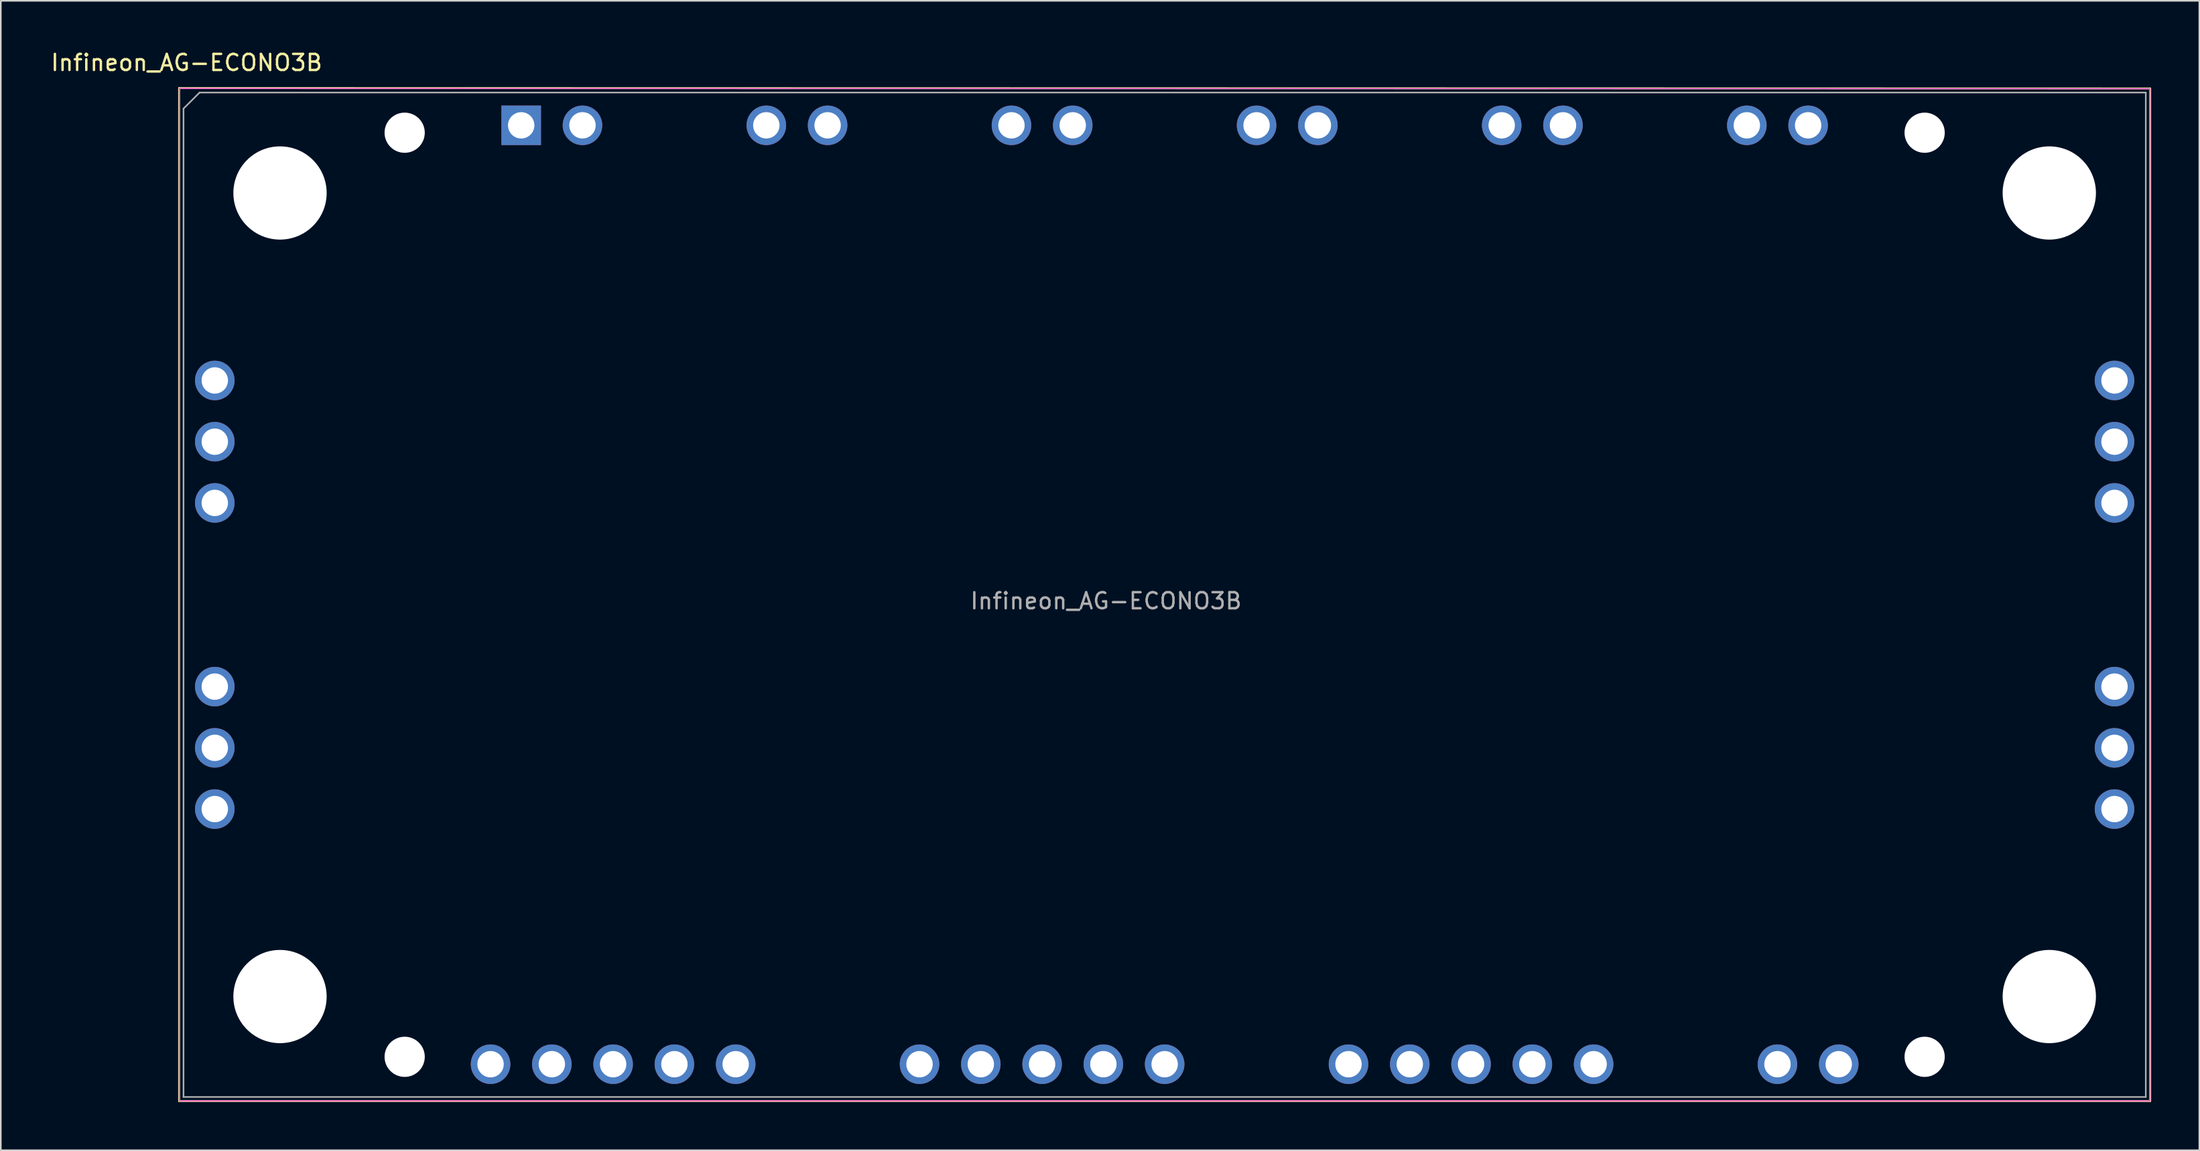
<source format=kicad_pcb>
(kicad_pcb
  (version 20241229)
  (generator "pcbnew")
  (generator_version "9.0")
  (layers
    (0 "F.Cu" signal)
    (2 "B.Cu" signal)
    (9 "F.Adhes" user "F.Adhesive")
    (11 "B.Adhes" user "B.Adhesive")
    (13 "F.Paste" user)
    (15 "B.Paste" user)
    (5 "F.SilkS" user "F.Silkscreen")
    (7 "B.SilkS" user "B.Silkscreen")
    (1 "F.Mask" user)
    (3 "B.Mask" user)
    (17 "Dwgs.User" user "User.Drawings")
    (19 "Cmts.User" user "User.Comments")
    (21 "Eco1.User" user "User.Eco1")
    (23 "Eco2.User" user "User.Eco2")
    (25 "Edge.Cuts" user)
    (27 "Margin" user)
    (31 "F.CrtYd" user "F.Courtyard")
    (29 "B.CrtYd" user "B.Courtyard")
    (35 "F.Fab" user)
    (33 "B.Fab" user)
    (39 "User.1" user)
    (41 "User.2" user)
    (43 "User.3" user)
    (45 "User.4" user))
  (footprint "Infineon_AG-ECONO3B"
    (layer "F.Cu")
    (at 29.354 4.748)
    (property "Reference" "Infineon_AG-ECONO3B" (at -20.8 -3.9 0) (layer "F.SilkS") (effects (font (size 1 1) (thickness 0.15))))
    (attr through_hole)
    (fp_line (start -21.266 -2.317) (end 101.276 -2.292) (stroke (width 0.12) (type solid)) (layer "F.SilkS"))
    (fp_line (start -21.266 60.712) (end -21.266 -2.317) (stroke (width 0.12) (type solid)) (layer "F.SilkS"))
    (fp_line (start 101.276 -2.292) (end 101.276 60.712) (stroke (width 0.12) (type solid)) (layer "F.SilkS"))
    (fp_line (start 101.276 60.712) (end -21.266 60.712) (stroke (width 0.12) (type solid)) (layer "F.SilkS"))
    (fp_line (start -21.25 -2.3) (end -21.25 60.7) (stroke (width 0.05) (type solid)) (layer "F.CrtYd"))
    (fp_line (start -21.25 -2.3) (end 101.26 -2.28) (stroke (width 0.05) (type solid)) (layer "F.CrtYd"))
    (fp_line (start -21.25 60.7) (end 101.26 60.7) (stroke (width 0.05) (type solid)) (layer "F.CrtYd"))
    (fp_line (start 101.26 60.7) (end 101.26 -2.28) (stroke (width 0.05) (type solid)) (layer "F.CrtYd"))
    (fp_line (start -20.995 60.46) (end -20.995 -1.04) (stroke (width 0.1) (type solid)) (layer "F.Fab"))
    (fp_line (start -20.995 60.46) (end 101.005 60.46) (stroke (width 0.1) (type solid)) (layer "F.Fab"))
    (fp_line (start -19.995 -2.04) (end -20.995 -1.04) (stroke (width 0.1) (type solid)) (layer "F.Fab"))
    (fp_line (start -19.995 -2.04) (end 101.005 -2.04) (stroke (width 0.1) (type solid)) (layer "F.Fab"))
    (fp_line (start 101.005 60.46) (end 101.005 -2.04) (stroke (width 0.1) (type solid)) (layer "F.Fab"))
    (fp_text user "${REFERENCE}" (at 36.362 29.595 180) (layer "F.Fab") (effects (font (size 1 1) (thickness 0.15))))
    (pad "" np_thru_hole circle (at -14.995 4.21) (size 5.8 5.8) (drill 5.8) (layers "*.Cu" "*.Mask"))
    (pad "" np_thru_hole circle (at -14.995 54.21) (size 5.8 5.8) (drill 5.8) (layers "*.Cu" "*.Mask"))
    (pad "" np_thru_hole circle (at -7.245 0.46) (size 2.5 2.5) (drill 2.5) (layers "*.Cu" "*.Mask"))
    (pad "" np_thru_hole circle (at -7.245 57.96) (size 2.5 2.5) (drill 2.5) (layers "*.Cu" "*.Mask"))
    (pad "" np_thru_hole circle (at 87.255 0.46) (size 2.5 2.5) (drill 2.5) (layers "*.Cu" "*.Mask"))
    (pad "" np_thru_hole circle (at 87.255 57.96) (size 2.5 2.5) (drill 2.5) (layers "*.Cu" "*.Mask"))
    (pad "" np_thru_hole circle (at 95.005 4.21) (size 5.8 5.8) (drill 5.8) (layers "*.Cu" "*.Mask"))
    (pad "" np_thru_hole circle (at 95.005 54.21) (size 5.8 5.8) (drill 5.8) (layers "*.Cu" "*.Mask"))
    (pad "1" thru_hole rect (at 0 0) (size 2.46 2.46) (drill 1.64) (layers "*.Cu" "*.Mask"))
    (pad "2" thru_hole circle (at 3.81 0) (size 2.46 2.46) (drill 1.64) (layers "*.Cu" "*.Mask"))
    (pad "3" thru_hole circle (at 15.24 0) (size 2.46 2.46) (drill 1.64) (layers "*.Cu" "*.Mask"))
    (pad "4" thru_hole circle (at 19.05 0) (size 2.46 2.46) (drill 1.64) (layers "*.Cu" "*.Mask"))
    (pad "5" thru_hole circle (at 30.48 0) (size 2.46 2.46) (drill 1.64) (layers "*.Cu" "*.Mask"))
    (pad "6" thru_hole circle (at 34.29 0) (size 2.46 2.46) (drill 1.64) (layers "*.Cu" "*.Mask"))
    (pad "7" thru_hole circle (at 45.72 0) (size 2.46 2.46) (drill 1.64) (layers "*.Cu" "*.Mask"))
    (pad "8" thru_hole circle (at 49.53 0) (size 2.46 2.46) (drill 1.64) (layers "*.Cu" "*.Mask"))
    (pad "9" thru_hole circle (at 60.96 0) (size 2.46 2.46) (drill 1.64) (layers "*.Cu" "*.Mask"))
    (pad "10" thru_hole circle (at 64.77 0) (size 2.46 2.46) (drill 1.64) (layers "*.Cu" "*.Mask"))
    (pad "11" thru_hole circle (at 76.2 0) (size 2.46 2.46) (drill 1.64) (layers "*.Cu" "*.Mask"))
    (pad "12" thru_hole circle (at 80.01 0) (size 2.46 2.46) (drill 1.64) (layers "*.Cu" "*.Mask"))
    (pad "13" thru_hole circle (at 99.06 15.875) (size 2.46 2.46) (drill 1.64) (layers "*.Cu" "*.Mask"))
    (pad "14" thru_hole circle (at 99.06 19.685) (size 2.46 2.46) (drill 1.64) (layers "*.Cu" "*.Mask"))
    (pad "15" thru_hole circle (at 99.06 23.495) (size 2.46 2.46) (drill 1.64) (layers "*.Cu" "*.Mask"))
    (pad "16" thru_hole circle (at 99.06 34.925) (size 2.46 2.46) (drill 1.64) (layers "*.Cu" "*.Mask"))
    (pad "17" thru_hole circle (at 99.06 38.735) (size 2.46 2.46) (drill 1.64) (layers "*.Cu" "*.Mask"))
    (pad "18" thru_hole circle (at 99.06 42.545) (size 2.46 2.46) (drill 1.64) (layers "*.Cu" "*.Mask"))
    (pad "19" thru_hole circle (at 81.915 58.42) (size 2.46 2.46) (drill 1.64) (layers "*.Cu" "*.Mask"))
    (pad "20" thru_hole circle (at 78.105 58.42) (size 2.46 2.46) (drill 1.64) (layers "*.Cu" "*.Mask"))
    (pad "21" thru_hole circle (at 66.675 58.42) (size 2.46 2.46) (drill 1.64) (layers "*.Cu" "*.Mask"))
    (pad "22" thru_hole circle (at 62.865 58.42) (size 2.46 2.46) (drill 1.64) (layers "*.Cu" "*.Mask"))
    (pad "23" thru_hole circle (at 59.055 58.42) (size 2.46 2.46) (drill 1.64) (layers "*.Cu" "*.Mask"))
    (pad "24" thru_hole circle (at 55.245 58.42) (size 2.46 2.46) (drill 1.64) (layers "*.Cu" "*.Mask"))
    (pad "25" thru_hole circle (at 51.435 58.42) (size 2.46 2.46) (drill 1.64) (layers "*.Cu" "*.Mask"))
    (pad "26" thru_hole circle (at 40.005 58.42) (size 2.46 2.46) (drill 1.64) (layers "*.Cu" "*.Mask"))
    (pad "27" thru_hole circle (at 36.195 58.42) (size 2.46 2.46) (drill 1.64) (layers "*.Cu" "*.Mask"))
    (pad "28" thru_hole circle (at 32.385 58.42) (size 2.46 2.46) (drill 1.64) (layers "*.Cu" "*.Mask"))
    (pad "29" thru_hole circle (at 28.575 58.42) (size 2.46 2.46) (drill 1.64) (layers "*.Cu" "*.Mask"))
    (pad "30" thru_hole circle (at 24.765 58.42) (size 2.46 2.46) (drill 1.64) (layers "*.Cu" "*.Mask"))
    (pad "31" thru_hole circle (at 13.335 58.42) (size 2.46 2.46) (drill 1.64) (layers "*.Cu" "*.Mask"))
    (pad "32" thru_hole circle (at 9.525 58.42) (size 2.46 2.46) (drill 1.64) (layers "*.Cu" "*.Mask"))
    (pad "33" thru_hole circle (at 5.715 58.42) (size 2.46 2.46) (drill 1.64) (layers "*.Cu" "*.Mask"))
    (pad "34" thru_hole circle (at 1.905 58.42) (size 2.46 2.46) (drill 1.64) (layers "*.Cu" "*.Mask"))
    (pad "35" thru_hole circle (at -1.905 58.42) (size 2.46 2.46) (drill 1.64) (layers "*.Cu" "*.Mask"))
    (pad "36" thru_hole circle (at -19.05 42.545) (size 2.46 2.46) (drill 1.64) (layers "*.Cu" "*.Mask"))
    (pad "37" thru_hole circle (at -19.05 38.735) (size 2.46 2.46) (drill 1.64) (layers "*.Cu" "*.Mask"))
    (pad "38" thru_hole circle (at -19.05 34.925) (size 2.46 2.46) (drill 1.64) (layers "*.Cu" "*.Mask"))
    (pad "39" thru_hole circle (at -19.05 23.495) (size 2.46 2.46) (drill 1.64) (layers "*.Cu" "*.Mask"))
    (pad "40" thru_hole circle (at -19.05 19.685) (size 2.46 2.46) (drill 1.64) (layers "*.Cu" "*.Mask"))
    (pad "41" thru_hole circle (at -19.05 15.875) (size 2.46 2.46) (drill 1.64) (layers "*.Cu" "*.Mask"))
    (zone (net_name "") (layers "F.Cu" "B.Cu") (name "MH") (hatch full 0.508) (connect_pads) (min_thickness 0.254) (filled_areas_thickness no) (keepout (tracks not_allowed) (vias not_allowed) (pads not_allowed) (copperpour not_allowed) (footprints not_allowed)) (placement (enabled no)) (fill) (polygon (pts (xy 19.853 8.95) (xy 19.833 8.49) (xy 19.776 8.032) (xy 19.68 7.581) (xy 19.547 7.14) (xy 19.377 6.711) (xy 19.172 6.298) (xy 18.933 5.904) (xy 18.662 5.531) (xy 18.361 5.182) (xy 18.031 4.859) (xy 17.676 4.565) (xy 17.297 4.302) (xy 16.898 4.072) (xy 16.481 3.875) (xy 16.049 3.715) (xy 15.605 3.591) (xy 15.152 3.504) (xy 14.693 3.456) (xy 14.232 3.446) (xy 13.772 3.475) (xy 13.316 3.543) (xy 12.867 3.648) (xy 12.429 3.791) (xy 12.004 3.969) (xy 11.595 4.183) (xy 11.206 4.43) (xy 10.839 4.709) (xy 10.496 5.017) (xy 10.181 5.353) (xy 9.894 5.715) (xy 9.639 6.099) (xy 9.417 6.503) (xy 9.229 6.924) (xy 9.078 7.359) (xy 8.963 7.806) (xy 8.886 8.26) (xy 8.848 8.72) (xy 8.848 9.181) (xy 8.886 9.64) (xy 8.963 10.095) (xy 9.078 10.541) (xy 9.229 10.977) (xy 9.417 11.398) (xy 9.639 11.802) (xy 9.894 12.186) (xy 10.181 12.547) (xy 10.496 12.883) (xy 10.839 13.192) (xy 11.206 13.471) (xy 11.595 13.718) (xy 12.004 13.931) (xy 12.429 14.11) (xy 12.867 14.252) (xy 13.316 14.358) (xy 13.772 14.425) (xy 14.232 14.454) (xy 14.693 14.444) (xy 15.152 14.396) (xy 15.605 14.31) (xy 16.049 14.186) (xy 16.481 14.025) (xy 16.898 13.829) (xy 17.297 13.598) (xy 17.676 13.335) (xy 18.031 13.041) (xy 18.361 12.719) (xy 18.662 12.37) (xy 18.933 11.997) (xy 19.172 11.602) (xy 19.377 11.189) (xy 19.547 10.761) (xy 19.68 10.319) (xy 19.776 9.868) (xy 19.833 9.411))))
    (zone (net_name "") (layers "F.Cu" "B.Cu") (name "MH") (hatch full 0.508) (connect_pads) (min_thickness 0.254) (filled_areas_thickness no) (keepout (tracks not_allowed) (vias not_allowed) (pads not_allowed) (copperpour not_allowed) (footprints not_allowed)) (placement (enabled no)) (fill) (polygon (pts (xy 19.853 58.95) (xy 19.833 58.49) (xy 19.776 58.032) (xy 19.68 57.581) (xy 19.547 57.14) (xy 19.377 56.711) (xy 19.172 56.298) (xy 18.933 55.904) (xy 18.662 55.531) (xy 18.361 55.182) (xy 18.031 54.859) (xy 17.676 54.565) (xy 17.297 54.302) (xy 16.898 54.072) (xy 16.481 53.875) (xy 16.049 53.715) (xy 15.605 53.591) (xy 15.152 53.504) (xy 14.693 53.456) (xy 14.232 53.446) (xy 13.772 53.475) (xy 13.316 53.543) (xy 12.867 53.648) (xy 12.429 53.791) (xy 12.004 53.969) (xy 11.595 54.183) (xy 11.206 54.43) (xy 10.839 54.709) (xy 10.496 55.017) (xy 10.181 55.353) (xy 9.894 55.715) (xy 9.639 56.099) (xy 9.417 56.503) (xy 9.229 56.924) (xy 9.078 57.359) (xy 8.963 57.806) (xy 8.886 58.26) (xy 8.848 58.72) (xy 8.848 59.181) (xy 8.886 59.64) (xy 8.963 60.095) (xy 9.078 60.541) (xy 9.229 60.977) (xy 9.417 61.398) (xy 9.639 61.802) (xy 9.894 62.186) (xy 10.181 62.547) (xy 10.496 62.883) (xy 10.839 63.192) (xy 11.206 63.471) (xy 11.595 63.718) (xy 12.004 63.931) (xy 12.429 64.11) (xy 12.867 64.252) (xy 13.316 64.358) (xy 13.772 64.425) (xy 14.232 64.454) (xy 14.693 64.444) (xy 15.152 64.396) (xy 15.605 64.31) (xy 16.049 64.186) (xy 16.481 64.025) (xy 16.898 63.829) (xy 17.297 63.598) (xy 17.676 63.335) (xy 18.031 63.041) (xy 18.361 62.719) (xy 18.662 62.37) (xy 18.933 61.997) (xy 19.172 61.602) (xy 19.377 61.189) (xy 19.547 60.761) (xy 19.68 60.319) (xy 19.776 59.868) (xy 19.833 59.411))))
    (zone (net_name "") (layers "F.Cu" "B.Cu") (name "MH") (hatch full 0.508) (connect_pads) (min_thickness 0.254) (filled_areas_thickness no) (keepout (tracks not_allowed) (vias not_allowed) (pads not_allowed) (copperpour not_allowed) (footprints not_allowed)) (placement (enabled no)) (fill) (polygon (pts (xy 129.853 8.95) (xy 129.833 8.49) (xy 129.776 8.032) (xy 129.68 7.581) (xy 129.547 7.14) (xy 129.377 6.711) (xy 129.172 6.298) (xy 128.933 5.904) (xy 128.662 5.531) (xy 128.361 5.182) (xy 128.031 4.859) (xy 127.676 4.565) (xy 127.297 4.302) (xy 126.898 4.072) (xy 126.481 3.875) (xy 126.049 3.715) (xy 125.605 3.591) (xy 125.152 3.504) (xy 124.693 3.456) (xy 124.232 3.446) (xy 123.772 3.475) (xy 123.316 3.543) (xy 122.867 3.648) (xy 122.429 3.791) (xy 122.004 3.969) (xy 121.595 4.183) (xy 121.206 4.43) (xy 120.839 4.709) (xy 120.496 5.017) (xy 120.181 5.353) (xy 119.894 5.715) (xy 119.639 6.099) (xy 119.417 6.503) (xy 119.229 6.924) (xy 119.078 7.359) (xy 118.963 7.806) (xy 118.886 8.26) (xy 118.848 8.72) (xy 118.848 9.181) (xy 118.886 9.64) (xy 118.963 10.095) (xy 119.078 10.541) (xy 119.229 10.977) (xy 119.417 11.398) (xy 119.639 11.802) (xy 119.894 12.186) (xy 120.181 12.547) (xy 120.496 12.883) (xy 120.839 13.192) (xy 121.206 13.471) (xy 121.595 13.718) (xy 122.004 13.931) (xy 122.429 14.11) (xy 122.867 14.252) (xy 123.316 14.358) (xy 123.772 14.425) (xy 124.232 14.454) (xy 124.693 14.444) (xy 125.152 14.396) (xy 125.605 14.31) (xy 126.049 14.186) (xy 126.481 14.025) (xy 126.898 13.829) (xy 127.297 13.598) (xy 127.676 13.335) (xy 128.031 13.041) (xy 128.361 12.719) (xy 128.662 12.37) (xy 128.933 11.997) (xy 129.172 11.602) (xy 129.377 11.189) (xy 129.547 10.761) (xy 129.68 10.319) (xy 129.776 9.868) (xy 129.833 9.411))))
    (zone (net_name "") (layers "F.Cu" "B.Cu") (name "MH") (hatch full 0.508) (connect_pads) (min_thickness 0.254) (filled_areas_thickness no) (keepout (tracks not_allowed) (vias not_allowed) (pads not_allowed) (copperpour not_allowed) (footprints not_allowed)) (placement (enabled no)) (fill) (polygon (pts (xy 129.853 58.95) (xy 129.833 58.49) (xy 129.776 58.032) (xy 129.68 57.581) (xy 129.547 57.14) (xy 129.377 56.711) (xy 129.172 56.298) (xy 128.933 55.904) (xy 128.662 55.531) (xy 128.361 55.182) (xy 128.031 54.859) (xy 127.676 54.565) (xy 127.297 54.302) (xy 126.898 54.072) (xy 126.481 53.875) (xy 126.049 53.715) (xy 125.605 53.591) (xy 125.152 53.504) (xy 124.693 53.456) (xy 124.232 53.446) (xy 123.772 53.475) (xy 123.316 53.543) (xy 122.867 53.648) (xy 122.429 53.791) (xy 122.004 53.969) (xy 121.595 54.183) (xy 121.206 54.43) (xy 120.839 54.709) (xy 120.496 55.017) (xy 120.181 55.353) (xy 119.894 55.715) (xy 119.639 56.099) (xy 119.417 56.503) (xy 119.229 56.924) (xy 119.078 57.359) (xy 118.963 57.806) (xy 118.886 58.26) (xy 118.848 58.72) (xy 118.848 59.181) (xy 118.886 59.64) (xy 118.963 60.095) (xy 119.078 60.541) (xy 119.229 60.977) (xy 119.417 61.398) (xy 119.639 61.802) (xy 119.894 62.186) (xy 120.181 62.547) (xy 120.496 62.883) (xy 120.839 63.192) (xy 121.206 63.471) (xy 121.595 63.718) (xy 122.004 63.931) (xy 122.429 64.11) (xy 122.867 64.252) (xy 123.316 64.358) (xy 123.772 64.425) (xy 124.232 64.454) (xy 124.693 64.444) (xy 125.152 64.396) (xy 125.605 64.31) (xy 126.049 64.186) (xy 126.481 64.025) (xy 126.898 63.829) (xy 127.297 63.598) (xy 127.676 63.335) (xy 128.031 63.041) (xy 128.361 62.719) (xy 128.662 62.37) (xy 128.933 61.997) (xy 129.172 61.602) (xy 129.377 61.189) (xy 129.547 60.761) (xy 129.68 60.319) (xy 129.776 59.868) (xy 129.833 59.411)))))
  (gr_rect
    (start -3 -3)
    (end 133.689 68.52)
    (stroke (width 0.1) (type default))
    (fill no)
    (layer "Edge.Cuts")))
</source>
